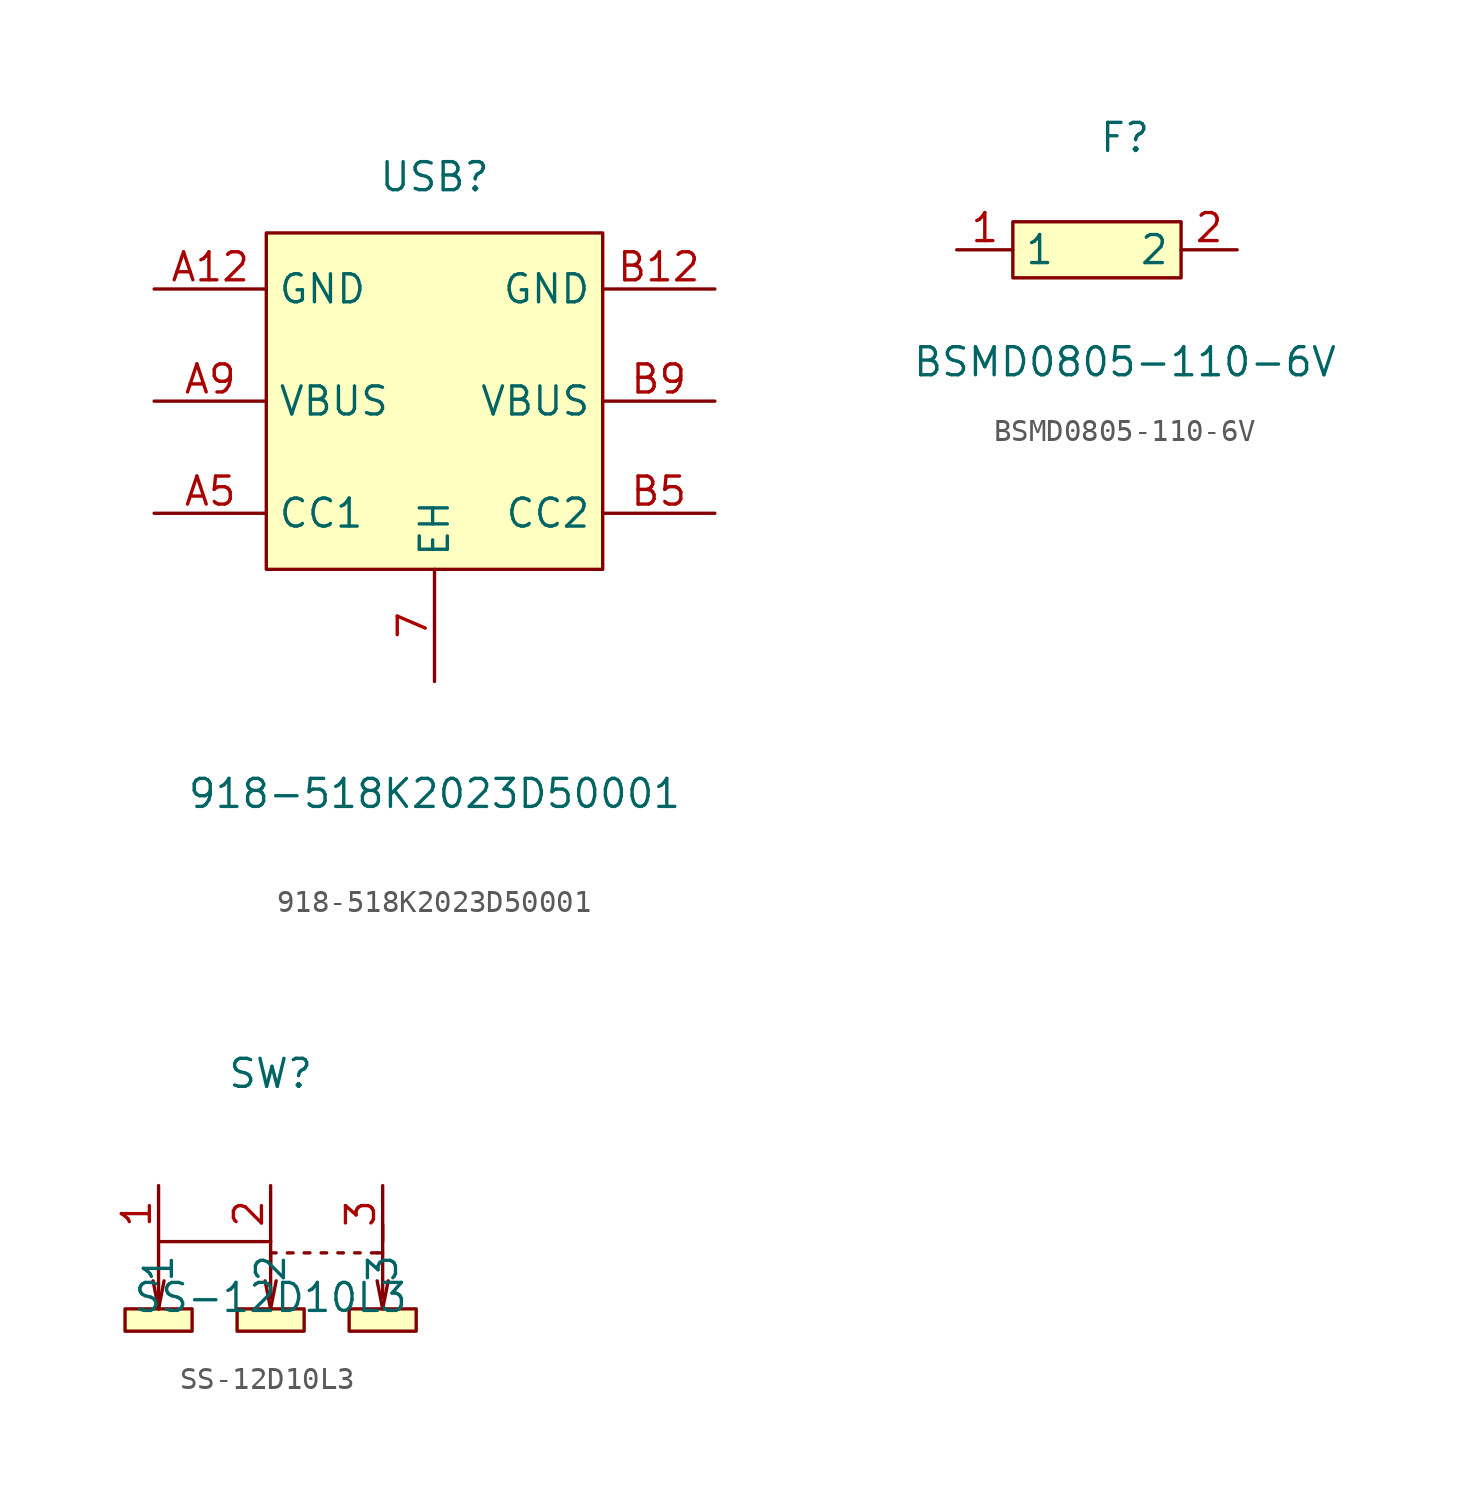
<source format=kicad_sym>
(kicad_symbol_lib
  (version 20220914)
  (generator kicad_symbol_editor)
  (symbol "918-518K2023D50001"
    (property "Reference" "USB"
      (at 0 10.16 0)
      (effects (font (size 1.27 1.27))))
    (property "Value" "918-518K2023D50001"
      (at 0 -17.78 0)
      (effects (font (size 1.27 1.27))))
    (symbol "918-518K2023D50001_0_1"
      (rectangle (start -7.62 7.62) (end 7.62 -7.62) (stroke (width 0) (type default)) (fill (type background)))
      (pin unspecified line (at 0 -12.7 90) (length 5.08) (name "EH" (effects (font (size 1.27 1.27)))) (number "7" (effects (font (size 1.27 1.27)))))
      (pin unspecified line (at -12.7 5.08 0) (length 5.08) (name "GND" (effects (font (size 1.27 1.27)))) (number "A12" (effects (font (size 1.27 1.27)))))
      (pin unspecified line (at -12.7 -5.08 0) (length 5.08) (name "CC1" (effects (font (size 1.27 1.27)))) (number "A5" (effects (font (size 1.27 1.27)))))
      (pin unspecified line (at -12.7 0 0) (length 5.08) (name "VBUS" (effects (font (size 1.27 1.27)))) (number "A9" (effects (font (size 1.27 1.27)))))
      (pin unspecified line (at 12.7 5.08 180) (length 5.08) (name "GND" (effects (font (size 1.27 1.27)))) (number "B12" (effects (font (size 1.27 1.27)))))
      (pin unspecified line (at 12.7 -5.08 180) (length 5.08) (name "CC2" (effects (font (size 1.27 1.27)))) (number "B5" (effects (font (size 1.27 1.27)))))
      (pin unspecified line (at 12.7 0 180) (length 5.08) (name "VBUS" (effects (font (size 1.27 1.27)))) (number "B9" (effects (font (size 1.27 1.27)))))))
  (symbol "BSMD0805-110-6V"
    (property "Reference" "F"
      (at 0 5.08 0)
      (effects (font (size 1.27 1.27))))
    (property "Value" "BSMD0805-110-6V"
      (at 0 -5.08 0)
      (effects (font (size 1.27 1.27))))
    (symbol "BSMD0805-110-6V_0_1"
      (polyline (pts (xy -3.81 0)) (stroke (width 0) (type default)) (fill (type background)))
      (pin unspecified line (at -7.62 0 0) (length 2.54) (name "1" (effects (font (size 1.27 1.27)))) (number "1" (effects (font (size 1.27 1.27))))))
    (symbol "BSMD0805-110-6V_1_1"
      (rectangle (start -5.08 1.27) (end 2.54 -1.27) (stroke (width 0) (type default)) (fill (type background)))
      (pin unspecified line (at 5.08 0 180) (length 2.54) (name "2" (effects (font (size 1.27 1.27)))) (number "2" (effects (font (size 1.27 1.27)))))))
  (symbol "SS-12D10L3"
    (property "Reference" "SW"
      (at 0 7.62 0)
      (effects (font (size 1.27 1.27))))
    (property "Value" "SS-12D10L3"
      (at 0 -2.54 0)
      (effects (font (size 1.27 1.27))))
    (symbol "SS-12D10L3_0_1"
      (rectangle (start -6.6 -3.05) (end -3.56 -4.06) (stroke (width 0) (type default)) (fill (type background)))
      (rectangle (start -1.52 -3.05) (end 1.52 -4.06) (stroke (width 0) (type default)) (fill (type background)))
      (polyline (pts (xy -5.08 -3.05) (xy -5.33 -1.78)) (stroke (width 0) (type default)) (fill (type none)))
      (polyline (pts (xy -5.08 -3.05) (xy -4.83 -1.78)) (stroke (width 0) (type default)) (fill (type none)))
      (polyline (pts (xy 0 -3.05) (xy -0.25 -1.78)) (stroke (width 0) (type default)) (fill (type none)))
      (polyline (pts (xy 0 -3.05) (xy 0.25 -1.78)) (stroke (width 0) (type default)) (fill (type none)))
      (polyline (pts (xy 0 0) (xy 0 -1.27)) (stroke (width 0) (type default)) (fill (type none)))
      (polyline (pts (xy 0.76 -0.51) (xy 1.02 -0.51)) (stroke (width 0) (type default)) (fill (type none)))
      (polyline (pts (xy 1.52 -0.51) (xy 1.78 -0.51)) (stroke (width 0) (type default)) (fill (type none)))
      (polyline (pts (xy 2.29 -0.51) (xy 2.54 -0.51)) (stroke (width 0) (type default)) (fill (type none)))
      (polyline (pts (xy 3.05 -0.51) (xy 3.3 -0.51)) (stroke (width 0) (type default)) (fill (type none)))
      (polyline (pts (xy 3.81 -0.51) (xy 4.06 -0.51)) (stroke (width 0) (type default)) (fill (type none)))
      (polyline (pts (xy 4.57 -0.51) (xy 4.83 -0.51)) (stroke (width 0) (type default)) (fill (type none)))
      (polyline (pts (xy 5.08 -3.05) (xy 4.83 -1.78)) (stroke (width 0) (type default)) (fill (type none)))
      (polyline (pts (xy 5.08 -3.05) (xy 5.33 -1.78)) (stroke (width 0) (type default)) (fill (type none)))
      (polyline (pts (xy 5.08 0.76) (xy 5.08 -0.51)) (stroke (width 0) (type default)) (fill (type none)))
      (polyline (pts (xy 0 -2.54) (xy 0 -0.51) (xy 0.25 -0.51)) (stroke (width 0) (type default)) (fill (type none)))
      (polyline (pts (xy 4.83 -0.51) (xy 5.08 -0.51) (xy 5.08 -2.54)) (stroke (width 0) (type default)) (fill (type none)))
      (polyline (pts (xy -5.08 -3.05) (xy -5.08 0) (xy -2.54 0) (xy 0 0)) (stroke (width 0) (type default)) (fill (type none)))
      (rectangle (start 3.56 -3.05) (end 6.6 -4.06) (stroke (width 0) (type default)) (fill (type background)))
      (pin unspecified line (at -5.08 2.54 270) (length 2.54) (name "1" (effects (font (size 1.27 1.27)))) (number "1" (effects (font (size 1.27 1.27)))))
      (pin unspecified line (at 0 2.54 270) (length 2.54) (name "2" (effects (font (size 1.27 1.27)))) (number "2" (effects (font (size 1.27 1.27)))))
      (pin unspecified line (at 5.08 2.54 270) (length 2.54) (name "3" (effects (font (size 1.27 1.27)))) (number "3" (effects (font (size 1.27 1.27))))))))
</source>
